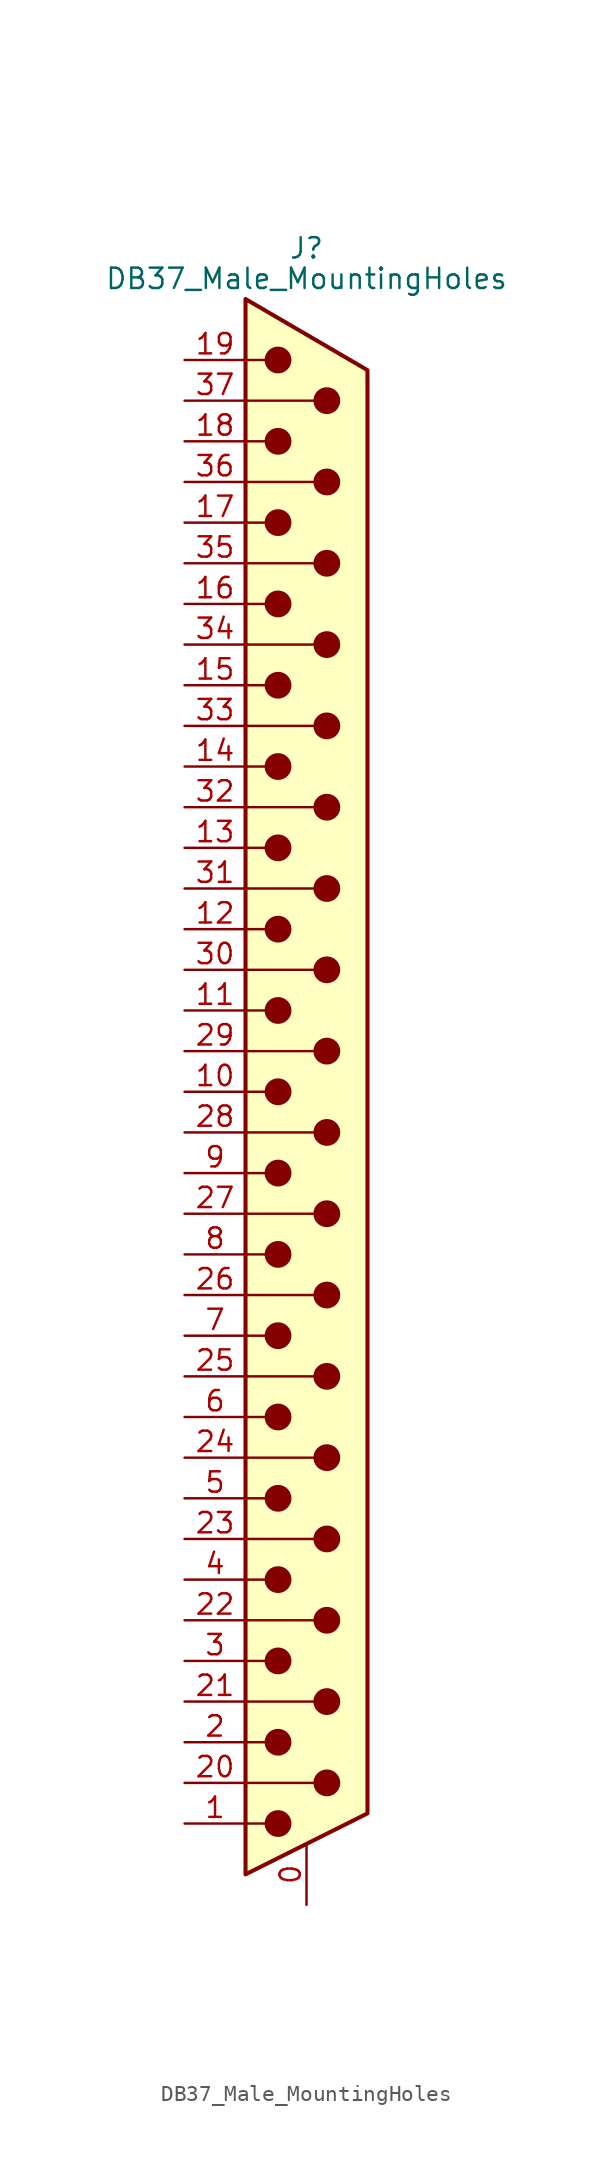
<source format=kicad_sym>
(kicad_symbol_lib
  (version 20211014)
  (generator kicad_symbol_editor)
  (symbol "DB37_Male_MountingHoles"
    (pin_names
      (offset 1.016) hide)
    (property "Reference" "J"
      (at 0 52.705 0)
      (effects (font (size 1.27 1.27))))
    (property "Value" "DB37_Male_MountingHoles"
      (at 0 50.8 0)
      (effects (font (size 1.27 1.27))))
    (symbol "DB37_Male_MountingHoles_0_1"
      (circle (center -1.778 -45.72) (radius 0.762) (stroke (width 0) (type default) (color 0 0 0 0)) (fill (type outline)))
      (circle (center -1.778 -40.64) (radius 0.762) (stroke (width 0) (type default) (color 0 0 0 0)) (fill (type outline)))
      (circle (center -1.778 -35.56) (radius 0.762) (stroke (width 0) (type default) (color 0 0 0 0)) (fill (type outline)))
      (circle (center -1.778 -30.48) (radius 0.762) (stroke (width 0) (type default) (color 0 0 0 0)) (fill (type outline)))
      (circle (center -1.778 -25.4) (radius 0.762) (stroke (width 0) (type default) (color 0 0 0 0)) (fill (type outline)))
      (circle (center -1.778 -20.32) (radius 0.762) (stroke (width 0) (type default) (color 0 0 0 0)) (fill (type outline)))
      (circle (center -1.778 -15.24) (radius 0.762) (stroke (width 0) (type default) (color 0 0 0 0)) (fill (type outline)))
      (circle (center -1.778 -10.16) (radius 0.762) (stroke (width 0) (type default) (color 0 0 0 0)) (fill (type outline)))
      (circle (center -1.778 -5.08) (radius 0.762) (stroke (width 0) (type default) (color 0 0 0 0)) (fill (type outline)))
      (circle (center -1.778 0) (radius 0.762) (stroke (width 0) (type default) (color 0 0 0 0)) (fill (type outline)))
      (circle (center -1.778 5.08) (radius 0.762) (stroke (width 0) (type default) (color 0 0 0 0)) (fill (type outline)))
      (circle (center -1.778 10.16) (radius 0.762) (stroke (width 0) (type default) (color 0 0 0 0)) (fill (type outline)))
      (circle (center -1.778 15.24) (radius 0.762) (stroke (width 0) (type default) (color 0 0 0 0)) (fill (type outline)))
      (circle (center -1.778 20.32) (radius 0.762) (stroke (width 0) (type default) (color 0 0 0 0)) (fill (type outline)))
      (circle (center -1.778 25.4) (radius 0.762) (stroke (width 0) (type default) (color 0 0 0 0)) (fill (type outline)))
      (circle (center -1.778 30.48) (radius 0.762) (stroke (width 0) (type default) (color 0 0 0 0)) (fill (type outline)))
      (circle (center -1.778 35.56) (radius 0.762) (stroke (width 0) (type default) (color 0 0 0 0)) (fill (type outline)))
      (circle (center -1.778 40.64) (radius 0.762) (stroke (width 0) (type default) (color 0 0 0 0)) (fill (type outline)))
      (circle (center -1.778 45.72) (radius 0.762) (stroke (width 0) (type default) (color 0 0 0 0)) (fill (type outline)))
      (polyline (pts (xy -3.81 -45.72) (xy -2.54 -45.72)) (stroke (width 0) (type default) (color 0 0 0 0)) (fill (type none)))
      (polyline (pts (xy -3.81 -43.18) (xy 0.508 -43.18)) (stroke (width 0) (type default) (color 0 0 0 0)) (fill (type none)))
      (polyline (pts (xy -3.81 -40.64) (xy -2.54 -40.64)) (stroke (width 0) (type default) (color 0 0 0 0)) (fill (type none)))
      (polyline (pts (xy -3.81 -38.1) (xy 0.508 -38.1)) (stroke (width 0) (type default) (color 0 0 0 0)) (fill (type none)))
      (polyline (pts (xy -3.81 -35.56) (xy -2.54 -35.56)) (stroke (width 0) (type default) (color 0 0 0 0)) (fill (type none)))
      (polyline (pts (xy -3.81 -33.02) (xy 0.508 -33.02)) (stroke (width 0) (type default) (color 0 0 0 0)) (fill (type none)))
      (polyline (pts (xy -3.81 -30.48) (xy -2.54 -30.48)) (stroke (width 0) (type default) (color 0 0 0 0)) (fill (type none)))
      (polyline (pts (xy -3.81 -27.94) (xy 0.508 -27.94)) (stroke (width 0) (type default) (color 0 0 0 0)) (fill (type none)))
      (polyline (pts (xy -3.81 -25.4) (xy -2.54 -25.4)) (stroke (width 0) (type default) (color 0 0 0 0)) (fill (type none)))
      (polyline (pts (xy -3.81 -22.86) (xy 0.508 -22.86)) (stroke (width 0) (type default) (color 0 0 0 0)) (fill (type none)))
      (polyline (pts (xy -3.81 -20.32) (xy -2.54 -20.32)) (stroke (width 0) (type default) (color 0 0 0 0)) (fill (type none)))
      (polyline (pts (xy -3.81 -17.78) (xy 0.508 -17.78)) (stroke (width 0) (type default) (color 0 0 0 0)) (fill (type none)))
      (polyline (pts (xy -3.81 -15.24) (xy -2.54 -15.24)) (stroke (width 0) (type default) (color 0 0 0 0)) (fill (type none)))
      (polyline (pts (xy -3.81 -12.7) (xy 0.508 -12.7)) (stroke (width 0) (type default) (color 0 0 0 0)) (fill (type none)))
      (polyline (pts (xy -3.81 -10.16) (xy -2.54 -10.16)) (stroke (width 0) (type default) (color 0 0 0 0)) (fill (type none)))
      (polyline (pts (xy -3.81 -7.62) (xy 0.508 -7.62)) (stroke (width 0) (type default) (color 0 0 0 0)) (fill (type none)))
      (polyline (pts (xy -3.81 -5.08) (xy -2.54 -5.08)) (stroke (width 0) (type default) (color 0 0 0 0)) (fill (type none)))
      (polyline (pts (xy -3.81 -2.54) (xy 0.508 -2.54)) (stroke (width 0) (type default) (color 0 0 0 0)) (fill (type none)))
      (polyline (pts (xy -3.81 0) (xy -2.54 0)) (stroke (width 0) (type default) (color 0 0 0 0)) (fill (type none)))
      (polyline (pts (xy -3.81 2.54) (xy 0.508 2.54)) (stroke (width 0) (type default) (color 0 0 0 0)) (fill (type none)))
      (polyline (pts (xy -3.81 5.08) (xy -2.54 5.08)) (stroke (width 0) (type default) (color 0 0 0 0)) (fill (type none)))
      (polyline (pts (xy -3.81 7.62) (xy 0.508 7.62)) (stroke (width 0) (type default) (color 0 0 0 0)) (fill (type none)))
      (polyline (pts (xy -3.81 10.16) (xy -2.54 10.16)) (stroke (width 0) (type default) (color 0 0 0 0)) (fill (type none)))
      (polyline (pts (xy -3.81 12.7) (xy 0.508 12.7)) (stroke (width 0) (type default) (color 0 0 0 0)) (fill (type none)))
      (polyline (pts (xy -3.81 15.24) (xy -2.54 15.24)) (stroke (width 0) (type default) (color 0 0 0 0)) (fill (type none)))
      (polyline (pts (xy -3.81 17.78) (xy 0.508 17.78)) (stroke (width 0) (type default) (color 0 0 0 0)) (fill (type none)))
      (polyline (pts (xy -3.81 20.32) (xy -2.54 20.32)) (stroke (width 0) (type default) (color 0 0 0 0)) (fill (type none)))
      (polyline (pts (xy -3.81 22.86) (xy 0.508 22.86)) (stroke (width 0) (type default) (color 0 0 0 0)) (fill (type none)))
      (polyline (pts (xy -3.81 25.4) (xy -2.54 25.4)) (stroke (width 0) (type default) (color 0 0 0 0)) (fill (type none)))
      (polyline (pts (xy -3.81 27.94) (xy 0.508 27.94)) (stroke (width 0) (type default) (color 0 0 0 0)) (fill (type none)))
      (polyline (pts (xy -3.81 30.48) (xy -2.54 30.48)) (stroke (width 0) (type default) (color 0 0 0 0)) (fill (type none)))
      (polyline (pts (xy -3.81 33.02) (xy 0.508 33.02)) (stroke (width 0) (type default) (color 0 0 0 0)) (fill (type none)))
      (polyline (pts (xy -3.81 35.56) (xy -2.54 35.56)) (stroke (width 0) (type default) (color 0 0 0 0)) (fill (type none)))
      (polyline (pts (xy -3.81 38.1) (xy 0.508 38.1)) (stroke (width 0) (type default) (color 0 0 0 0)) (fill (type none)))
      (polyline (pts (xy -3.81 40.64) (xy -2.54 40.64)) (stroke (width 0) (type default) (color 0 0 0 0)) (fill (type none)))
      (polyline (pts (xy -3.81 43.18) (xy 0.508 43.18)) (stroke (width 0) (type default) (color 0 0 0 0)) (fill (type none)))
      (polyline (pts (xy -3.81 45.72) (xy -2.54 45.72)) (stroke (width 0) (type default) (color 0 0 0 0)) (fill (type none)))
      (polyline (pts (xy -3.81 49.53) (xy 3.81 45.085) (xy 3.81 -45.085) (xy -3.81 -48.895) (xy -3.81 49.53)) (stroke (width 0.254) (type default) (color 0 0 0 0)) (fill (type background)))
      (circle (center 1.27 -43.18) (radius 0.762) (stroke (width 0) (type default) (color 0 0 0 0)) (fill (type outline)))
      (circle (center 1.27 -38.1) (radius 0.762) (stroke (width 0) (type default) (color 0 0 0 0)) (fill (type outline)))
      (circle (center 1.27 -33.02) (radius 0.762) (stroke (width 0) (type default) (color 0 0 0 0)) (fill (type outline)))
      (circle (center 1.27 -27.94) (radius 0.762) (stroke (width 0) (type default) (color 0 0 0 0)) (fill (type outline)))
      (circle (center 1.27 -22.86) (radius 0.762) (stroke (width 0) (type default) (color 0 0 0 0)) (fill (type outline)))
      (circle (center 1.27 -17.78) (radius 0.762) (stroke (width 0) (type default) (color 0 0 0 0)) (fill (type outline)))
      (circle (center 1.27 -12.7) (radius 0.762) (stroke (width 0) (type default) (color 0 0 0 0)) (fill (type outline)))
      (circle (center 1.27 -7.62) (radius 0.762) (stroke (width 0) (type default) (color 0 0 0 0)) (fill (type outline)))
      (circle (center 1.27 -2.54) (radius 0.762) (stroke (width 0) (type default) (color 0 0 0 0)) (fill (type outline)))
      (circle (center 1.27 2.54) (radius 0.762) (stroke (width 0) (type default) (color 0 0 0 0)) (fill (type outline)))
      (circle (center 1.27 7.62) (radius 0.762) (stroke (width 0) (type default) (color 0 0 0 0)) (fill (type outline)))
      (circle (center 1.27 12.7) (radius 0.762) (stroke (width 0) (type default) (color 0 0 0 0)) (fill (type outline)))
      (circle (center 1.27 17.78) (radius 0.762) (stroke (width 0) (type default) (color 0 0 0 0)) (fill (type outline)))
      (circle (center 1.27 22.86) (radius 0.762) (stroke (width 0) (type default) (color 0 0 0 0)) (fill (type outline)))
      (circle (center 1.27 27.94) (radius 0.762) (stroke (width 0) (type default) (color 0 0 0 0)) (fill (type outline)))
      (circle (center 1.27 33.02) (radius 0.762) (stroke (width 0) (type default) (color 0 0 0 0)) (fill (type outline)))
      (circle (center 1.27 38.1) (radius 0.762) (stroke (width 0) (type default) (color 0 0 0 0)) (fill (type outline)))
      (circle (center 1.27 43.18) (radius 0.762) (stroke (width 0) (type default) (color 0 0 0 0)) (fill (type outline))))
    (symbol "DB37_Male_MountingHoles_1_1"
      (pin passive line (at 0 -50.8 90) (length 3.81) (name "PAD" (effects (font (size 1.27 1.27)))) (number "0" (effects (font (size 1.27 1.27)))))
      (pin passive line (at -7.62 -45.72 0) (length 3.81) (name "1" (effects (font (size 1.27 1.27)))) (number "1" (effects (font (size 1.27 1.27)))))
      (pin passive line (at -7.62 0 0) (length 3.81) (name "10" (effects (font (size 1.27 1.27)))) (number "10" (effects (font (size 1.27 1.27)))))
      (pin passive line (at -7.62 5.08 0) (length 3.81) (name "11" (effects (font (size 1.27 1.27)))) (number "11" (effects (font (size 1.27 1.27)))))
      (pin passive line (at -7.62 10.16 0) (length 3.81) (name "12" (effects (font (size 1.27 1.27)))) (number "12" (effects (font (size 1.27 1.27)))))
      (pin passive line (at -7.62 15.24 0) (length 3.81) (name "13" (effects (font (size 1.27 1.27)))) (number "13" (effects (font (size 1.27 1.27)))))
      (pin passive line (at -7.62 20.32 0) (length 3.81) (name "14" (effects (font (size 1.27 1.27)))) (number "14" (effects (font (size 1.27 1.27)))))
      (pin passive line (at -7.62 25.4 0) (length 3.81) (name "15" (effects (font (size 1.27 1.27)))) (number "15" (effects (font (size 1.27 1.27)))))
      (pin passive line (at -7.62 30.48 0) (length 3.81) (name "16" (effects (font (size 1.27 1.27)))) (number "16" (effects (font (size 1.27 1.27)))))
      (pin passive line (at -7.62 35.56 0) (length 3.81) (name "17" (effects (font (size 1.27 1.27)))) (number "17" (effects (font (size 1.27 1.27)))))
      (pin passive line (at -7.62 40.64 0) (length 3.81) (name "18" (effects (font (size 1.27 1.27)))) (number "18" (effects (font (size 1.27 1.27)))))
      (pin passive line (at -7.62 45.72 0) (length 3.81) (name "19" (effects (font (size 1.27 1.27)))) (number "19" (effects (font (size 1.27 1.27)))))
      (pin passive line (at -7.62 -40.64 0) (length 3.81) (name "2" (effects (font (size 1.27 1.27)))) (number "2" (effects (font (size 1.27 1.27)))))
      (pin passive line (at -7.62 -43.18 0) (length 3.81) (name "20" (effects (font (size 1.27 1.27)))) (number "20" (effects (font (size 1.27 1.27)))))
      (pin passive line (at -7.62 -38.1 0) (length 3.81) (name "21" (effects (font (size 1.27 1.27)))) (number "21" (effects (font (size 1.27 1.27)))))
      (pin passive line (at -7.62 -33.02 0) (length 3.81) (name "22" (effects (font (size 1.27 1.27)))) (number "22" (effects (font (size 1.27 1.27)))))
      (pin passive line (at -7.62 -27.94 0) (length 3.81) (name "23" (effects (font (size 1.27 1.27)))) (number "23" (effects (font (size 1.27 1.27)))))
      (pin passive line (at -7.62 -22.86 0) (length 3.81) (name "24" (effects (font (size 1.27 1.27)))) (number "24" (effects (font (size 1.27 1.27)))))
      (pin passive line (at -7.62 -17.78 0) (length 3.81) (name "25" (effects (font (size 1.27 1.27)))) (number "25" (effects (font (size 1.27 1.27)))))
      (pin passive line (at -7.62 -12.7 0) (length 3.81) (name "26" (effects (font (size 1.27 1.27)))) (number "26" (effects (font (size 1.27 1.27)))))
      (pin passive line (at -7.62 -7.62 0) (length 3.81) (name "27" (effects (font (size 1.27 1.27)))) (number "27" (effects (font (size 1.27 1.27)))))
      (pin passive line (at -7.62 -2.54 0) (length 3.81) (name "28" (effects (font (size 1.27 1.27)))) (number "28" (effects (font (size 1.27 1.27)))))
      (pin passive line (at -7.62 2.54 0) (length 3.81) (name "29" (effects (font (size 1.27 1.27)))) (number "29" (effects (font (size 1.27 1.27)))))
      (pin passive line (at -7.62 -35.56 0) (length 3.81) (name "3" (effects (font (size 1.27 1.27)))) (number "3" (effects (font (size 1.27 1.27)))))
      (pin passive line (at -7.62 7.62 0) (length 3.81) (name "30" (effects (font (size 1.27 1.27)))) (number "30" (effects (font (size 1.27 1.27)))))
      (pin passive line (at -7.62 12.7 0) (length 3.81) (name "31" (effects (font (size 1.27 1.27)))) (number "31" (effects (font (size 1.27 1.27)))))
      (pin passive line (at -7.62 17.78 0) (length 3.81) (name "32" (effects (font (size 1.27 1.27)))) (number "32" (effects (font (size 1.27 1.27)))))
      (pin passive line (at -7.62 22.86 0) (length 3.81) (name "33" (effects (font (size 1.27 1.27)))) (number "33" (effects (font (size 1.27 1.27)))))
      (pin passive line (at -7.62 27.94 0) (length 3.81) (name "34" (effects (font (size 1.27 1.27)))) (number "34" (effects (font (size 1.27 1.27)))))
      (pin passive line (at -7.62 33.02 0) (length 3.81) (name "35" (effects (font (size 1.27 1.27)))) (number "35" (effects (font (size 1.27 1.27)))))
      (pin passive line (at -7.62 38.1 0) (length 3.81) (name "36" (effects (font (size 1.27 1.27)))) (number "36" (effects (font (size 1.27 1.27)))))
      (pin passive line (at -7.62 43.18 0) (length 3.81) (name "37" (effects (font (size 1.27 1.27)))) (number "37" (effects (font (size 1.27 1.27)))))
      (pin passive line (at -7.62 -30.48 0) (length 3.81) (name "4" (effects (font (size 1.27 1.27)))) (number "4" (effects (font (size 1.27 1.27)))))
      (pin passive line (at -7.62 -25.4 0) (length 3.81) (name "5" (effects (font (size 1.27 1.27)))) (number "5" (effects (font (size 1.27 1.27)))))
      (pin passive line (at -7.62 -20.32 0) (length 3.81) (name "6" (effects (font (size 1.27 1.27)))) (number "6" (effects (font (size 1.27 1.27)))))
      (pin passive line (at -7.62 -15.24 0) (length 3.81) (name "7" (effects (font (size 1.27 1.27)))) (number "7" (effects (font (size 1.27 1.27)))))
      (pin passive line (at -7.62 -10.16 0) (length 3.81) (name "8" (effects (font (size 1.27 1.27)))) (number "8" (effects (font (size 1.27 1.27)))))
      (pin passive line (at -7.62 -5.08 0) (length 3.81) (name "9" (effects (font (size 1.27 1.27)))) (number "9" (effects (font (size 1.27 1.27))))))))
</source>
